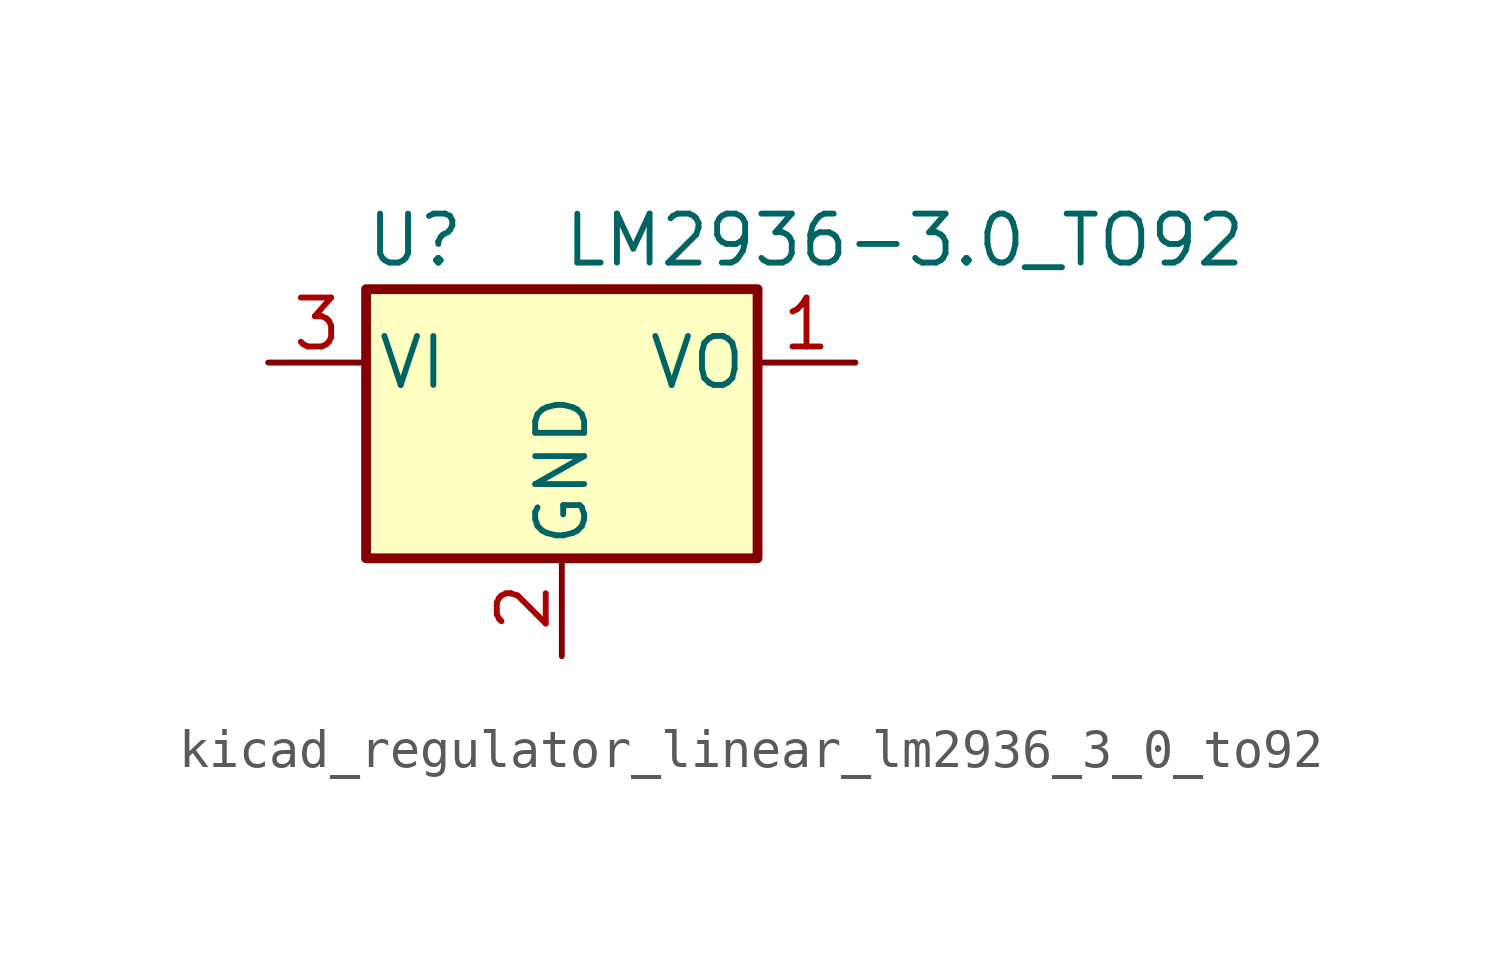
<source format=kicad_sym>
(kicad_symbol_lib
  (version 20220914)
  (generator kicad_symbol_editor)
  (symbol "kicad_regulator_linear_lm2936_3_0_to92"
    (pin_names
      (offset 0.254))
    (property "Reference" "U"
      (at -3.81 3.175 0)
      (effects (font (size 1.27 1.27))))
    (property "Value" "LM2936-3.0_TO92"
      (at 0 3.175 0)
      (effects (font (size 1.27 1.27)) (justify left)))
    (symbol "kicad_regulator_linear_lm2936_3_0_to92_0_1"
      (rectangle (start -5.08 -5.08) (end 5.08 1.905) (stroke (width 0.254) (type default)) (fill (type background))))
    (symbol "kicad_regulator_linear_lm2936_3_0_to92_1_1"
      (pin power_out line (at 7.62 0 180) (length 2.54) (name "VO" (effects (font (size 1.27 1.27)))) (number "1" (effects (font (size 1.27 1.27)))))
      (pin power_in line (at 0 -7.62 90) (length 2.54) (name "GND" (effects (font (size 1.27 1.27)))) (number "2" (effects (font (size 1.27 1.27)))))
      (pin power_in line (at -7.62 0 0) (length 2.54) (name "VI" (effects (font (size 1.27 1.27)))) (number "3" (effects (font (size 1.27 1.27))))))))
</source>
